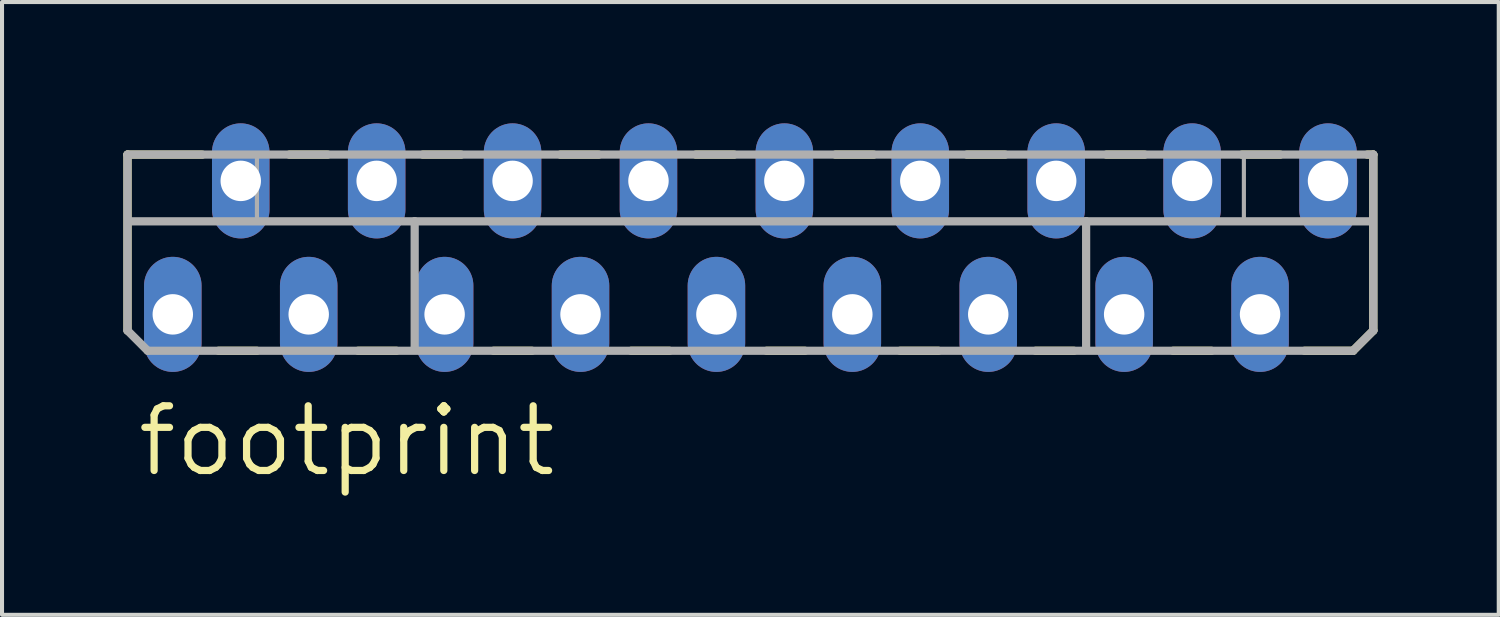
<source format=kicad_pcb>
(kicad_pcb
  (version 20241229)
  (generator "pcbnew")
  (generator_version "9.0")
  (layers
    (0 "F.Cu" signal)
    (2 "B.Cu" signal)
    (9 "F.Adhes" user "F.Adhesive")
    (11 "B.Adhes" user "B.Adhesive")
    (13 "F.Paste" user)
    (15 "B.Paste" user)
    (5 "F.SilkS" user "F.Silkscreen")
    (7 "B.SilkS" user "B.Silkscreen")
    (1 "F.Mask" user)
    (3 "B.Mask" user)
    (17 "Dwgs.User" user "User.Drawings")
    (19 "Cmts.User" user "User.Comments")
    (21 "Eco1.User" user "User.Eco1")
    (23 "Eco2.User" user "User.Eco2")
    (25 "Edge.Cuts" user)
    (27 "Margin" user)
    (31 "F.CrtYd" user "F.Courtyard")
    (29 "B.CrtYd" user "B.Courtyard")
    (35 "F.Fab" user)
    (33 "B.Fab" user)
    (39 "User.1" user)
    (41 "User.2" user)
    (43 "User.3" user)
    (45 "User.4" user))
  (footprint "footprint"
    (layer "F.Cu")
    (at 15.502 3.072)
    (property "Reference" "footprint" (at -15.24 5.715 0) (layer "F.SilkS") (effects (font (size 1.6 1.6) (thickness 0.178)) (justify left bottom)))
    (fp_line (start -15.4 -2.3) (end -13.55 -2.3) (stroke (width 0.203) (type solid)) (layer "F.SilkS"))
    (fp_line (start -15.4 2.05) (end -15.4 -2.3) (stroke (width 0.203) (type solid)) (layer "F.SilkS"))
    (fp_line (start -13.15 2.55) (end -12.2 2.55) (stroke (width 0.203) (type solid)) (layer "F.SilkS"))
    (fp_line (start -11.4 -2.3) (end -10.45 -2.3) (stroke (width 0.203) (type solid)) (layer "F.SilkS"))
    (fp_line (start -9.7 2.55) (end -8.75 2.55) (stroke (width 0.203) (type solid)) (layer "F.SilkS"))
    (fp_line (start -8.1 -2.3) (end -7.15 -2.3) (stroke (width 0.203) (type solid)) (layer "F.SilkS"))
    (fp_line (start -6.35 2.55) (end -5.4 2.55) (stroke (width 0.203) (type solid)) (layer "F.SilkS"))
    (fp_line (start -4.7 -2.3) (end -3.75 -2.3) (stroke (width 0.203) (type solid)) (layer "F.SilkS"))
    (fp_line (start -2.95 2.55) (end -2 2.55) (stroke (width 0.203) (type solid)) (layer "F.SilkS"))
    (fp_line (start -1.35 -2.3) (end -0.4 -2.3) (stroke (width 0.203) (type solid)) (layer "F.SilkS"))
    (fp_line (start 0.4 2.55) (end 1.35 2.55) (stroke (width 0.203) (type solid)) (layer "F.SilkS"))
    (fp_line (start 2.1 -2.3) (end 3.05 -2.3) (stroke (width 0.203) (type solid)) (layer "F.SilkS"))
    (fp_line (start 3.7 2.55) (end 4.65 2.55) (stroke (width 0.203) (type solid)) (layer "F.SilkS"))
    (fp_line (start 5.35 -2.3) (end 6.3 -2.3) (stroke (width 0.203) (type solid)) (layer "F.SilkS"))
    (fp_line (start 7.05 2.55) (end 8 2.55) (stroke (width 0.203) (type solid)) (layer "F.SilkS"))
    (fp_line (start 8.8 -2.3) (end 9.75 -2.3) (stroke (width 0.203) (type solid)) (layer "F.SilkS"))
    (fp_line (start 10.45 2.55) (end 11.4 2.55) (stroke (width 0.203) (type solid)) (layer "F.SilkS"))
    (fp_line (start 12.15 -2.3) (end 13.1 -2.3) (stroke (width 0.203) (type solid)) (layer "F.SilkS"))
    (fp_line (start 13.7 2.55) (end 14.9 2.55) (stroke (width 0.203) (type solid)) (layer "F.SilkS"))
    (fp_line (start 14.9 2.55) (end 15.4 2.05) (stroke (width 0.203) (type solid)) (layer "F.SilkS"))
    (fp_line (start 15.4 -2.3) (end 15.25 -2.3) (stroke (width 0.203) (type solid)) (layer "F.SilkS"))
    (fp_line (start 15.4 2.05) (end 15.4 -2.3) (stroke (width 0.203) (type solid)) (layer "F.SilkS"))
    (fp_line (start -15.4 -2.3) (end -15.4 2.05) (stroke (width 0.203) (type solid)) (layer "F.Fab"))
    (fp_line (start -15.4 2.05) (end -14.9 2.55) (stroke (width 0.203) (type solid)) (layer "F.Fab"))
    (fp_line (start -14.9 2.55) (end 14.9 2.55) (stroke (width 0.203) (type solid)) (layer "F.Fab"))
    (fp_line (start -12.2 -0.75) (end -12.2 -2.2) (stroke (width 0.102) (type solid)) (layer "F.Fab"))
    (fp_line (start -8.3 -0.65) (end -15.35 -0.65) (stroke (width 0.203) (type solid)) (layer "F.Fab"))
    (fp_line (start -8.3 -0.65) (end 8.3 -0.65) (stroke (width 0.203) (type solid)) (layer "F.Fab"))
    (fp_line (start -8.3 2.45) (end -8.3 -0.65) (stroke (width 0.203) (type solid)) (layer "F.Fab"))
    (fp_line (start 8.3 -0.65) (end 15.35 -0.65) (stroke (width 0.203) (type solid)) (layer "F.Fab"))
    (fp_line (start 8.3 2.5) (end 8.3 -0.65) (stroke (width 0.203) (type solid)) (layer "F.Fab"))
    (fp_line (start 12.2 -0.75) (end 12.2 -2.2) (stroke (width 0.102) (type solid)) (layer "F.Fab"))
    (fp_line (start 14.9 2.55) (end 15.4 2.05) (stroke (width 0.203) (type solid)) (layer "F.Fab"))
    (fp_line (start 15.4 -2.3) (end -15.4 -2.3) (stroke (width 0.203) (type solid)) (layer "F.Fab"))
    (fp_line (start 15.4 2.05) (end 15.4 -2.3) (stroke (width 0.203) (type solid)) (layer "F.Fab"))
    (pad "1" thru_hole oval (at -14.28 1.65 90) (size 2.845 1.422) (drill 1) (layers "*.Cu" "*.Mask"))
    (pad "2" thru_hole oval (at -12.6 -1.65 90) (size 2.845 1.422) (drill 1) (layers "*.Cu" "*.Mask"))
    (pad "3" thru_hole oval (at -10.92 1.65 90) (size 2.845 1.422) (drill 1) (layers "*.Cu" "*.Mask"))
    (pad "4" thru_hole oval (at -9.24 -1.65 90) (size 2.845 1.422) (drill 1) (layers "*.Cu" "*.Mask"))
    (pad "5" thru_hole oval (at -7.56 1.65 90) (size 2.845 1.422) (drill 1) (layers "*.Cu" "*.Mask"))
    (pad "6" thru_hole oval (at -5.88 -1.65 90) (size 2.845 1.422) (drill 1) (layers "*.Cu" "*.Mask"))
    (pad "7" thru_hole oval (at -4.2 1.65 90) (size 2.845 1.422) (drill 1) (layers "*.Cu" "*.Mask"))
    (pad "8" thru_hole oval (at -2.52 -1.65 90) (size 2.845 1.422) (drill 1) (layers "*.Cu" "*.Mask"))
    (pad "9" thru_hole oval (at -0.84 1.65 90) (size 2.845 1.422) (drill 1) (layers "*.Cu" "*.Mask"))
    (pad "10" thru_hole oval (at 0.84 -1.65 90) (size 2.845 1.422) (drill 1) (layers "*.Cu" "*.Mask"))
    (pad "11" thru_hole oval (at 2.52 1.65 90) (size 2.845 1.422) (drill 1) (layers "*.Cu" "*.Mask"))
    (pad "12" thru_hole oval (at 4.2 -1.65 90) (size 2.845 1.422) (drill 1) (layers "*.Cu" "*.Mask"))
    (pad "13" thru_hole oval (at 5.88 1.65 90) (size 2.845 1.422) (drill 1) (layers "*.Cu" "*.Mask"))
    (pad "14" thru_hole oval (at 7.56 -1.65 90) (size 2.845 1.422) (drill 1) (layers "*.Cu" "*.Mask"))
    (pad "15" thru_hole oval (at 9.24 1.65 90) (size 2.845 1.422) (drill 1) (layers "*.Cu" "*.Mask"))
    (pad "16" thru_hole oval (at 10.92 -1.65 90) (size 2.845 1.422) (drill 1) (layers "*.Cu" "*.Mask"))
    (pad "17" thru_hole oval (at 12.6 1.65 90) (size 2.845 1.422) (drill 1) (layers "*.Cu" "*.Mask"))
    (pad "18" thru_hole oval (at 14.28 -1.65 90) (size 2.845 1.422) (drill 1) (layers "*.Cu" "*.Mask")))
  (gr_rect
    (start -3 -3)
    (end 34.003 12.15)
    (stroke (width 0.1) (type default))
    (fill no)
    (layer "Edge.Cuts")))
</source>
